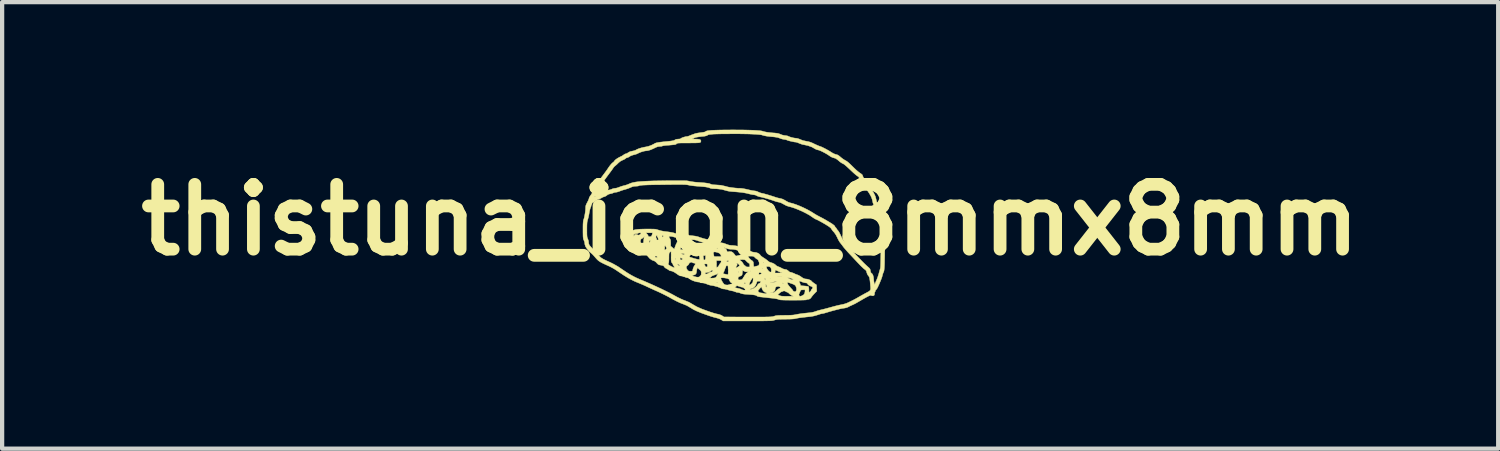
<source format=kicad_pcb>
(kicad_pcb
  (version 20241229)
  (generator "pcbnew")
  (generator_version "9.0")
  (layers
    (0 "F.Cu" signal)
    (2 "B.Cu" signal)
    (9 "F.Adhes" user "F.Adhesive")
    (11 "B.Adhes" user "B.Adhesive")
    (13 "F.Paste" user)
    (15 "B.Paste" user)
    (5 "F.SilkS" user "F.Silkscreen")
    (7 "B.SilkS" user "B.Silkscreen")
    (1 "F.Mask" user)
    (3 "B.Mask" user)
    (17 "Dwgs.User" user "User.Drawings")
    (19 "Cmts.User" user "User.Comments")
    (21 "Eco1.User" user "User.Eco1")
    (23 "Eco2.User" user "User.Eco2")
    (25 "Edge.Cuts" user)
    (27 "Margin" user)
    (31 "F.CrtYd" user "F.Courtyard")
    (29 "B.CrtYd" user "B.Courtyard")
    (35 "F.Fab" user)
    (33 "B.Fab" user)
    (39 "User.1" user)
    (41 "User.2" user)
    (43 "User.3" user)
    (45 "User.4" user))
  (footprint "thistuna_icon_8mmx8mm"
    (layer "F.Cu")
    (at 14.594 2.121)
    (property "Reference" "thistuna_icon_8mmx8mm" (at 0 0 0) (layer "F.SilkS") (effects (font (size 1.524 1.524) (thickness 0.3))))
    (attr through_hole)
    (fp_poly (pts (xy -0.271 -2.115) (xy -0.143 -2.114) (xy -0.029 -2.111) (xy 0.07 -2.108) (xy 0.154 -2.103) (xy 0.221 -2.098) (xy 0.269 -2.091) (xy 0.299 -2.084) (xy 0.3 -2.083) (xy 0.338 -2.072) (xy 0.394 -2.061) (xy 0.467 -2.052) (xy 0.552 -2.044) (xy 0.564 -2.044) (xy 0.62 -2.038) (xy 0.662 -2.031) (xy 0.694 -2.02) (xy 0.71 -2.013) (xy 0.754 -1.996) (xy 0.804 -1.985) (xy 0.817 -1.984) (xy 0.854 -1.979) (xy 0.886 -1.972) (xy 0.9 -1.965) (xy 0.928 -1.953) (xy 0.968 -1.94) (xy 1.013 -1.929) (xy 1.055 -1.922) (xy 1.081 -1.92) (xy 1.111 -1.915) (xy 1.149 -1.903) (xy 1.177 -1.891) (xy 1.24 -1.866) (xy 1.315 -1.85) (xy 1.321 -1.849) (xy 1.374 -1.839) (xy 1.421 -1.825) (xy 1.474 -1.803) (xy 1.504 -1.788) (xy 1.549 -1.767) (xy 1.594 -1.747) (xy 1.63 -1.733) (xy 1.646 -1.728) (xy 1.678 -1.716) (xy 1.722 -1.695) (xy 1.775 -1.668) (xy 1.831 -1.637) (xy 1.886 -1.604) (xy 1.925 -1.579) (xy 1.962 -1.559) (xy 2 -1.543) (xy 2.021 -1.538) (xy 2.05 -1.53) (xy 2.079 -1.514) (xy 2.115 -1.486) (xy 2.127 -1.475) (xy 2.164 -1.445) (xy 2.204 -1.417) (xy 2.238 -1.398) (xy 2.24 -1.396) (xy 2.271 -1.379) (xy 2.309 -1.349) (xy 2.356 -1.306) (xy 2.408 -1.255) (xy 2.452 -1.212) (xy 2.497 -1.17) (xy 2.538 -1.135) (xy 2.571 -1.109) (xy 2.583 -1.101) (xy 2.613 -1.081) (xy 2.634 -1.063) (xy 2.642 -1.052) (xy 2.648 -1.03) (xy 2.664 -0.995) (xy 2.691 -0.95) (xy 2.724 -0.897) (xy 2.763 -0.84) (xy 2.782 -0.814) (xy 2.834 -0.742) (xy 2.875 -0.683) (xy 2.905 -0.634) (xy 2.928 -0.59) (xy 2.945 -0.55) (xy 2.956 -0.509) (xy 2.962 -0.485) (xy 2.977 -0.423) (xy 2.998 -0.376) (xy 3.01 -0.356) (xy 3.03 -0.322) (xy 3.045 -0.285) (xy 3.049 -0.27) (xy 3.057 -0.238) (xy 3.071 -0.197) (xy 3.082 -0.168) (xy 3.099 -0.118) (xy 3.108 -0.071) (xy 3.109 -0.058) (xy 3.117 -0.004) (xy 3.14 0.058) (xy 3.17 0.126) (xy 3.166 0.619) (xy 3.165 0.744) (xy 3.164 0.85) (xy 3.162 0.938) (xy 3.161 1.012) (xy 3.159 1.071) (xy 3.156 1.119) (xy 3.153 1.156) (xy 3.15 1.184) (xy 3.146 1.205) (xy 3.141 1.221) (xy 3.135 1.233) (xy 3.134 1.234) (xy 3.125 1.256) (xy 3.115 1.288) (xy 3.11 1.308) (xy 3.101 1.342) (xy 3.086 1.385) (xy 3.064 1.44) (xy 3.035 1.509) (xy 3.001 1.583) (xy 2.985 1.613) (xy 2.97 1.635) (xy 2.962 1.642) (xy 2.949 1.656) (xy 2.946 1.667) (xy 2.941 1.686) (xy 2.936 1.692) (xy 2.929 1.705) (xy 2.926 1.73) (xy 2.926 1.731) (xy 2.923 1.758) (xy 2.914 1.776) (xy 2.914 1.776) (xy 2.891 1.787) (xy 2.865 1.786) (xy 2.848 1.777) (xy 2.84 1.774) (xy 2.827 1.776) (xy 2.806 1.783) (xy 2.776 1.797) (xy 2.735 1.818) (xy 2.683 1.847) (xy 2.616 1.886) (xy 2.534 1.933) (xy 2.517 1.943) (xy 2.475 1.967) (xy 2.431 1.989) (xy 2.395 2.005) (xy 2.358 2.022) (xy 2.321 2.04) (xy 2.306 2.049) (xy 2.272 2.063) (xy 2.227 2.074) (xy 2.205 2.077) (xy 2.164 2.083) (xy 2.107 2.095) (xy 2.039 2.112) (xy 1.961 2.132) (xy 1.878 2.155) (xy 1.795 2.18) (xy 1.755 2.192) (xy 1.72 2.201) (xy 1.697 2.205) (xy 1.694 2.205) (xy 1.674 2.208) (xy 1.642 2.217) (xy 1.602 2.23) (xy 1.585 2.236) (xy 1.507 2.259) (xy 1.425 2.274) (xy 1.407 2.276) (xy 1.319 2.285) (xy 1.248 2.293) (xy 1.192 2.3) (xy 1.148 2.306) (xy 1.112 2.312) (xy 1.081 2.319) (xy 1.072 2.321) (xy 1.035 2.328) (xy 0.986 2.332) (xy 0.921 2.335) (xy 0.839 2.336) (xy 0.822 2.336) (xy 0.752 2.337) (xy 0.699 2.338) (xy 0.658 2.34) (xy 0.627 2.344) (xy 0.601 2.349) (xy 0.577 2.356) (xy 0.574 2.357) (xy 0.561 2.361) (xy 0.547 2.365) (xy 0.53 2.368) (xy 0.51 2.371) (xy 0.483 2.373) (xy 0.449 2.374) (xy 0.406 2.375) (xy 0.352 2.376) (xy 0.285 2.377) (xy 0.203 2.377) (xy 0.105 2.377) (xy -0.01 2.377) (xy -0.061 2.377) (xy -0.636 2.377) (xy -0.682 2.348) (xy -0.717 2.33) (xy -0.762 2.314) (xy -0.799 2.304) (xy -0.847 2.292) (xy -0.902 2.276) (xy -0.967 2.255) (xy -1.043 2.228) (xy -1.135 2.195) (xy -1.168 2.182) (xy -1.259 2.145) (xy -1.336 2.107) (xy -1.396 2.07) (xy -1.488 2.016) (xy -1.585 1.976) (xy -1.586 1.976) (xy -1.648 1.952) (xy -1.723 1.917) (xy -1.807 1.873) (xy -1.851 1.849) (xy -1.919 1.811) (xy -1.998 1.77) (xy -2.081 1.729) (xy -2.159 1.692) (xy -2.195 1.676) (xy -2.256 1.649) (xy -2.317 1.621) (xy -2.372 1.596) (xy -2.417 1.575) (xy -2.444 1.562) (xy -2.481 1.545) (xy -2.53 1.523) (xy -2.586 1.5) (xy -2.643 1.476) (xy -2.652 1.473) (xy -2.724 1.442) (xy -2.798 1.405) (xy -2.876 1.362) (xy -2.963 1.309) (xy -3.059 1.245) (xy -3.136 1.193) (xy -3.186 1.16) (xy -3.243 1.127) (xy -3.297 1.099) (xy -3.32 1.088) (xy -3.396 1.054) (xy -3.456 1.026) (xy -3.503 1.002) (xy -3.54 0.98) (xy -3.571 0.958) (xy -3.598 0.933) (xy -3.624 0.905) (xy -3.642 0.884) (xy -3.676 0.845) (xy -3.711 0.808) (xy -3.742 0.78) (xy -3.755 0.769) (xy -3.78 0.75) (xy -3.796 0.735) (xy -3.8 0.73) (xy -3.806 0.718) (xy -3.822 0.697) (xy -3.834 0.683) (xy -3.87 0.63) (xy -3.889 0.574) (xy -3.891 0.547) (xy -3.896 0.519) (xy -3.908 0.486) (xy -3.912 0.478) (xy -3.919 0.462) (xy -3.924 0.445) (xy -3.927 0.423) (xy -3.93 0.393) (xy -3.931 0.352) (xy -3.932 0.296) (xy -3.932 0.234) (xy -3.932 0.232) (xy -3.84 0.232) (xy -3.84 0.297) (xy -3.839 0.346) (xy -3.837 0.381) (xy -3.834 0.407) (xy -3.829 0.426) (xy -3.822 0.443) (xy -3.82 0.447) (xy -3.807 0.481) (xy -3.8 0.515) (xy -3.8 0.522) (xy -3.798 0.551) (xy -3.791 0.576) (xy -3.777 0.601) (xy -3.753 0.63) (xy -3.717 0.668) (xy -3.699 0.686) (xy -3.659 0.727) (xy -3.617 0.771) (xy -3.581 0.811) (xy -3.565 0.831) (xy -3.544 0.855) (xy -3.525 0.875) (xy -3.504 0.893) (xy -3.477 0.911) (xy -3.443 0.93) (xy -3.398 0.952) (xy -3.34 0.979) (xy -3.291 1.001) (xy -3.233 1.029) (xy -3.168 1.065) (xy -3.104 1.102) (xy -3.063 1.13) (xy -2.977 1.188) (xy -2.905 1.236) (xy -2.842 1.275) (xy -2.785 1.308) (xy -2.731 1.337) (xy -2.676 1.364) (xy -2.617 1.39) (xy -2.587 1.403) (xy -2.459 1.457) (xy -2.333 1.512) (xy -2.21 1.568) (xy -2.093 1.622) (xy -1.987 1.674) (xy -1.893 1.721) (xy -1.814 1.763) (xy -1.798 1.772) (xy -1.711 1.82) (xy -1.63 1.859) (xy -1.561 1.889) (xy -1.54 1.896) (xy -1.436 1.939) (xy -1.346 1.992) (xy -1.256 2.044) (xy -1.152 2.09) (xy -1.122 2.102) (xy -1.021 2.139) (xy -0.932 2.17) (xy -0.856 2.194) (xy -0.795 2.211) (xy -0.751 2.22) (xy -0.75 2.22) (xy -0.711 2.231) (xy -0.671 2.248) (xy -0.658 2.256) (xy -0.615 2.284) (xy -0.055 2.285) (xy 0.066 2.285) (xy 0.169 2.285) (xy 0.255 2.285) (xy 0.326 2.285) (xy 0.383 2.284) (xy 0.429 2.283) (xy 0.465 2.282) (xy 0.493 2.28) (xy 0.515 2.277) (xy 0.533 2.275) (xy 0.547 2.271) (xy 0.561 2.267) (xy 0.564 2.266) (xy 0.588 2.258) (xy 0.614 2.253) (xy 0.644 2.249) (xy 0.683 2.247) (xy 0.734 2.246) (xy 0.802 2.245) (xy 0.812 2.245) (xy 0.896 2.244) (xy 0.963 2.242) (xy 1.016 2.238) (xy 1.056 2.232) (xy 1.067 2.229) (xy 1.107 2.221) (xy 1.154 2.213) (xy 1.212 2.205) (xy 1.284 2.196) (xy 1.372 2.187) (xy 1.397 2.185) (xy 1.452 2.177) (xy 1.502 2.166) (xy 1.539 2.154) (xy 1.573 2.142) (xy 1.619 2.128) (xy 1.668 2.116) (xy 1.681 2.113) (xy 1.727 2.102) (xy 1.785 2.087) (xy 1.848 2.07) (xy 1.908 2.053) (xy 1.91 2.053) (xy 1.97 2.036) (xy 2.033 2.02) (xy 2.091 2.006) (xy 2.137 1.997) (xy 2.139 1.996) (xy 2.185 1.987) (xy 2.229 1.975) (xy 2.263 1.964) (xy 2.271 1.961) (xy 2.302 1.947) (xy 2.342 1.928) (xy 2.377 1.911) (xy 2.415 1.892) (xy 2.463 1.867) (xy 2.514 1.839) (xy 2.54 1.824) (xy 2.59 1.795) (xy 2.644 1.765) (xy 2.692 1.738) (xy 2.713 1.727) (xy 2.762 1.701) (xy 2.797 1.681) (xy 2.818 1.663) (xy 2.829 1.645) (xy 2.833 1.623) (xy 2.832 1.593) (xy 2.831 1.574) (xy 2.825 1.498) (xy 2.819 1.44) (xy 2.813 1.397) (xy 2.807 1.366) (xy 2.8 1.344) (xy 2.792 1.329) (xy 2.782 1.318) (xy 2.762 1.29) (xy 2.746 1.251) (xy 2.743 1.241) (xy 2.733 1.205) (xy 2.717 1.182) (xy 2.694 1.164) (xy 2.673 1.148) (xy 2.643 1.12) (xy 2.606 1.085) (xy 2.567 1.045) (xy 2.558 1.035) (xy 2.514 0.989) (xy 2.462 0.933) (xy 2.408 0.875) (xy 2.356 0.82) (xy 2.339 0.802) (xy 2.297 0.757) (xy 2.258 0.713) (xy 2.224 0.674) (xy 2.199 0.644) (xy 2.189 0.631) (xy 2.163 0.595) (xy 2.134 0.558) (xy 2.123 0.545) (xy 2.102 0.516) (xy 2.078 0.475) (xy 2.055 0.43) (xy 2.049 0.415) (xy 2.015 0.35) (xy 1.981 0.301) (xy 1.97 0.288) (xy 1.944 0.26) (xy 1.923 0.232) (xy 1.915 0.218) (xy 1.897 0.193) (xy 1.861 0.163) (xy 1.832 0.144) (xy 1.783 0.113) (xy 1.729 0.081) (xy 1.676 0.051) (xy 1.626 0.024) (xy 1.584 0.002) (xy 1.555 -0.011) (xy 1.549 -0.013) (xy 1.526 -0.024) (xy 1.493 -0.044) (xy 1.46 -0.067) (xy 1.396 -0.11) (xy 1.317 -0.154) (xy 1.23 -0.198) (xy 1.138 -0.238) (xy 1.048 -0.274) (xy 0.964 -0.301) (xy 0.908 -0.315) (xy 0.851 -0.334) (xy 0.794 -0.365) (xy 0.792 -0.366) (xy 0.726 -0.401) (xy 0.673 -0.416) (xy 0.632 -0.425) (xy 0.594 -0.436) (xy 0.574 -0.443) (xy 0.537 -0.456) (xy 0.486 -0.473) (xy 0.427 -0.491) (xy 0.367 -0.508) (xy 0.309 -0.524) (xy 0.262 -0.535) (xy 0.244 -0.538) (xy 0.205 -0.548) (xy 0.17 -0.56) (xy 0.151 -0.57) (xy 0.121 -0.584) (xy 0.09 -0.589) (xy 0.065 -0.592) (xy 0.027 -0.599) (xy -0.017 -0.609) (xy -0.041 -0.615) (xy -0.085 -0.626) (xy -0.133 -0.635) (xy -0.188 -0.644) (xy -0.253 -0.651) (xy -0.331 -0.658) (xy -0.426 -0.665) (xy -0.437 -0.666) (xy -0.485 -0.671) (xy -0.532 -0.68) (xy -0.57 -0.69) (xy -0.574 -0.691) (xy -0.67 -0.718) (xy -0.781 -0.73) (xy -0.83 -0.732) (xy -0.886 -0.734) (xy -0.925 -0.74) (xy -0.948 -0.749) (xy -0.971 -0.758) (xy -1.002 -0.766) (xy -1.045 -0.774) (xy -1.101 -0.78) (xy -1.173 -0.786) (xy -1.25 -0.792) (xy -1.307 -0.797) (xy -1.362 -0.803) (xy -1.41 -0.81) (xy -1.444 -0.817) (xy -1.445 -0.817) (xy -1.461 -0.821) (xy -1.48 -0.824) (xy -1.504 -0.827) (xy -1.534 -0.829) (xy -1.573 -0.83) (xy -1.623 -0.831) (xy -1.686 -0.831) (xy -1.762 -0.831) (xy -1.856 -0.83) (xy -1.963 -0.829) (xy -2.1 -0.827) (xy -2.218 -0.826) (xy -2.318 -0.824) (xy -2.401 -0.822) (xy -2.469 -0.819) (xy -2.522 -0.817) (xy -2.562 -0.813) (xy -2.59 -0.81) (xy -2.608 -0.806) (xy -2.616 -0.802) (xy -2.63 -0.797) (xy -2.659 -0.793) (xy -2.687 -0.792) (xy -2.731 -0.789) (xy -2.773 -0.779) (xy -2.814 -0.761) (xy -2.86 -0.742) (xy -2.91 -0.725) (xy -2.944 -0.715) (xy -2.99 -0.702) (xy -3.039 -0.686) (xy -3.065 -0.675) (xy -3.102 -0.662) (xy -3.136 -0.652) (xy -3.155 -0.65) (xy -3.189 -0.645) (xy -3.217 -0.635) (xy -3.245 -0.624) (xy -3.281 -0.615) (xy -3.292 -0.614) (xy -3.341 -0.598) (xy -3.368 -0.579) (xy -3.396 -0.559) (xy -3.426 -0.546) (xy -3.43 -0.545) (xy -3.459 -0.536) (xy -3.492 -0.519) (xy -3.5 -0.514) (xy -3.529 -0.498) (xy -3.554 -0.488) (xy -3.561 -0.488) (xy -3.585 -0.48) (xy -3.602 -0.467) (xy -3.62 -0.452) (xy -3.632 -0.447) (xy -3.648 -0.44) (xy -3.663 -0.427) (xy -3.683 -0.411) (xy -3.7 -0.406) (xy -3.716 -0.398) (xy -3.719 -0.387) (xy -3.723 -0.367) (xy -3.729 -0.361) (xy -3.737 -0.346) (xy -3.739 -0.336) (xy -3.743 -0.315) (xy -3.754 -0.288) (xy -3.755 -0.286) (xy -3.764 -0.261) (xy -3.774 -0.223) (xy -3.783 -0.178) (xy -3.786 -0.16) (xy -3.795 -0.109) (xy -3.806 -0.057) (xy -3.818 -0.014) (xy -3.821 -0.005) (xy -3.828 0.022) (xy -3.834 0.05) (xy -3.837 0.084) (xy -3.839 0.128) (xy -3.84 0.185) (xy -3.84 0.232) (xy -3.932 0.232) (xy -3.932 0.159) (xy -3.931 0.102) (xy -3.928 0.059) (xy -3.925 0.028) (xy -3.921 0.006) (xy -3.916 -0.008) (xy -3.904 -0.044) (xy -3.893 -0.095) (xy -3.883 -0.152) (xy -3.875 -0.211) (xy -3.871 -0.263) (xy -3.871 -0.279) (xy -3.869 -0.313) (xy -3.863 -0.343) (xy -3.849 -0.376) (xy -3.83 -0.413) (xy -3.811 -0.449) (xy -3.797 -0.481) (xy -3.79 -0.502) (xy -3.79 -0.506) (xy -3.784 -0.523) (xy -3.778 -0.535) (xy -3.673 -0.535) (xy -3.644 -0.557) (xy -3.616 -0.572) (xy -3.588 -0.579) (xy -3.586 -0.579) (xy -3.561 -0.584) (xy -3.546 -0.594) (xy -3.53 -0.605) (xy -3.502 -0.619) (xy -3.489 -0.624) (xy -3.451 -0.641) (xy -3.415 -0.664) (xy -3.408 -0.67) (xy -3.374 -0.693) (xy -3.34 -0.701) (xy -3.335 -0.701) (xy -3.3 -0.706) (xy -3.264 -0.719) (xy -3.259 -0.721) (xy -3.224 -0.735) (xy -3.187 -0.742) (xy -3.181 -0.742) (xy -3.15 -0.746) (xy -3.111 -0.757) (xy -3.083 -0.768) (xy -3.04 -0.784) (xy -2.995 -0.798) (xy -2.97 -0.804) (xy -2.932 -0.814) (xy -2.886 -0.829) (xy -2.849 -0.845) (xy -2.816 -0.859) (xy -2.78 -0.871) (xy -2.738 -0.881) (xy -2.688 -0.89) (xy -2.631 -0.897) (xy -2.562 -0.903) (xy -2.482 -0.908) (xy -2.389 -0.912) (xy -2.28 -0.916) (xy -2.155 -0.918) (xy -2.012 -0.92) (xy -1.963 -0.921) (xy -1.851 -0.922) (xy -1.757 -0.922) (xy -1.679 -0.922) (xy -1.616 -0.922) (xy -1.566 -0.922) (xy -1.526 -0.92) (xy -1.495 -0.919) (xy -1.471 -0.916) (xy -1.452 -0.913) (xy -1.436 -0.909) (xy -1.435 -0.909) (xy -1.402 -0.902) (xy -1.355 -0.895) (xy -1.3 -0.888) (xy -1.243 -0.883) (xy -1.24 -0.883) (xy -1.151 -0.877) (xy -1.08 -0.871) (xy -1.025 -0.864) (xy -0.983 -0.858) (xy -0.952 -0.85) (xy -0.93 -0.841) (xy -0.928 -0.84) (xy -0.895 -0.829) (xy -0.849 -0.824) (xy -0.815 -0.823) (xy -0.69 -0.814) (xy -0.573 -0.788) (xy -0.559 -0.783) (xy -0.521 -0.773) (xy -0.469 -0.764) (xy -0.408 -0.755) (xy -0.343 -0.748) (xy -0.281 -0.743) (xy -0.226 -0.742) (xy -0.225 -0.742) (xy -0.193 -0.739) (xy -0.149 -0.732) (xy -0.097 -0.722) (xy -0.051 -0.711) (xy -0.0001 -0.699) (xy 0.047 -0.689) (xy 0.085 -0.683) (xy 0.108 -0.681) (xy 0.142 -0.675) (xy 0.179 -0.661) (xy 0.187 -0.657) (xy 0.224 -0.64) (xy 0.265 -0.628) (xy 0.274 -0.626) (xy 0.308 -0.619) (xy 0.356 -0.606) (xy 0.414 -0.59) (xy 0.478 -0.57) (xy 0.542 -0.55) (xy 0.589 -0.534) (xy 0.633 -0.52) (xy 0.679 -0.509) (xy 0.708 -0.503) (xy 0.758 -0.49) (xy 0.814 -0.462) (xy 0.83 -0.452) (xy 0.868 -0.43) (xy 0.904 -0.412) (xy 0.932 -0.402) (xy 0.935 -0.402) (xy 1.002 -0.385) (xy 1.082 -0.358) (xy 1.169 -0.324) (xy 1.258 -0.284) (xy 1.345 -0.241) (xy 1.426 -0.196) (xy 1.478 -0.164) (xy 1.522 -0.136) (xy 1.568 -0.109) (xy 1.609 -0.087) (xy 1.61 -0.086) (xy 1.688 -0.046) (xy 1.761 -0.006) (xy 1.827 0.033) (xy 1.885 0.068) (xy 1.933 0.098) (xy 1.967 0.124) (xy 1.987 0.142) (xy 1.991 0.15) (xy 1.998 0.166) (xy 2.012 0.18) (xy 2.027 0.197) (xy 2.032 0.208) (xy 2.039 0.22) (xy 2.055 0.241) (xy 2.062 0.248) (xy 2.08 0.272) (xy 2.101 0.308) (xy 2.122 0.35) (xy 2.129 0.366) (xy 2.149 0.409) (xy 2.172 0.45) (xy 2.192 0.481) (xy 2.198 0.488) (xy 2.224 0.519) (xy 2.252 0.555) (xy 2.261 0.569) (xy 2.28 0.594) (xy 2.312 0.632) (xy 2.353 0.679) (xy 2.402 0.732) (xy 2.456 0.791) (xy 2.513 0.851) (xy 2.571 0.911) (xy 2.627 0.968) (xy 2.679 1.021) (xy 2.725 1.065) (xy 2.763 1.1) (xy 2.786 1.12) (xy 2.81 1.143) (xy 2.823 1.168) (xy 2.828 1.197) (xy 2.835 1.231) (xy 2.847 1.25) (xy 2.858 1.257) (xy 2.875 1.275) (xy 2.89 1.307) (xy 2.901 1.35) (xy 2.906 1.398) (xy 2.906 1.409) (xy 2.909 1.444) (xy 2.917 1.481) (xy 2.918 1.485) (xy 2.929 1.525) (xy 2.942 1.491) (xy 2.953 1.462) (xy 2.969 1.426) (xy 2.977 1.407) (xy 2.991 1.373) (xy 3.007 1.327) (xy 3.022 1.279) (xy 3.025 1.27) (xy 3.037 1.225) (xy 3.049 1.182) (xy 3.059 1.149) (xy 3.06 1.143) (xy 3.064 1.121) (xy 3.067 1.078) (xy 3.069 1.016) (xy 3.071 0.934) (xy 3.073 0.832) (xy 3.075 0.711) (xy 3.076 0.629) (xy 3.079 0.157) (xy 3.048 0.082) (xy 3.029 0.028) (xy 3.019 -0.02) (xy 3.018 -0.039) (xy 3.009 -0.093) (xy 2.987 -0.151) (xy 2.971 -0.188) (xy 2.961 -0.221) (xy 2.957 -0.243) (xy 2.951 -0.267) (xy 2.936 -0.298) (xy 2.927 -0.31) (xy 2.905 -0.351) (xy 2.886 -0.407) (xy 2.88 -0.437) (xy 2.869 -0.482) (xy 2.854 -0.525) (xy 2.834 -0.568) (xy 2.806 -0.616) (xy 2.769 -0.672) (xy 2.721 -0.739) (xy 2.72 -0.74) (xy 2.674 -0.804) (xy 2.634 -0.863) (xy 2.602 -0.915) (xy 2.578 -0.957) (xy 2.566 -0.985) (xy 2.565 -0.988) (xy 2.552 -1.009) (xy 2.526 -1.029) (xy 2.522 -1.031) (xy 2.502 -1.045) (xy 2.472 -1.07) (xy 2.433 -1.104) (xy 2.39 -1.144) (xy 2.352 -1.18) (xy 2.308 -1.221) (xy 2.267 -1.259) (xy 2.233 -1.288) (xy 2.207 -1.308) (xy 2.195 -1.316) (xy 2.161 -1.332) (xy 2.116 -1.362) (xy 2.063 -1.407) (xy 2.057 -1.412) (xy 2.012 -1.444) (xy 1.971 -1.457) (xy 1.936 -1.467) (xy 1.897 -1.486) (xy 1.88 -1.497) (xy 1.832 -1.53) (xy 1.779 -1.562) (xy 1.725 -1.591) (xy 1.675 -1.616) (xy 1.633 -1.634) (xy 1.604 -1.643) (xy 1.602 -1.643) (xy 1.568 -1.651) (xy 1.539 -1.664) (xy 1.534 -1.666) (xy 1.452 -1.713) (xy 1.361 -1.746) (xy 1.298 -1.76) (xy 1.228 -1.774) (xy 1.167 -1.795) (xy 1.156 -1.8) (xy 1.12 -1.815) (xy 1.086 -1.826) (xy 1.066 -1.829) (xy 1.042 -1.831) (xy 1.007 -1.838) (xy 0.966 -1.847) (xy 0.924 -1.857) (xy 0.889 -1.867) (xy 0.865 -1.876) (xy 0.859 -1.879) (xy 0.843 -1.885) (xy 0.815 -1.89) (xy 0.795 -1.893) (xy 0.752 -1.901) (xy 0.707 -1.916) (xy 0.693 -1.922) (xy 0.647 -1.938) (xy 0.584 -1.948) (xy 0.549 -1.952) (xy 0.462 -1.96) (xy 0.388 -1.969) (xy 0.331 -1.98) (xy 0.292 -1.991) (xy 0.29 -1.992) (xy 0.261 -2) (xy 0.213 -2.006) (xy 0.147 -2.012) (xy 0.064 -2.016) (xy -0.035 -2.02) (xy -0.148 -2.022) (xy -0.275 -2.024) (xy -0.401 -2.024) (xy -0.528 -2.023) (xy -0.636 -2.023) (xy -0.727 -2.021) (xy -0.801 -2.019) (xy -0.862 -2.017) (xy -0.909 -2.013) (xy -0.945 -2.009) (xy -0.972 -2.005) (xy -0.99 -1.999) (xy -1.001 -1.992) (xy -1.001 -1.992) (xy -1.026 -1.979) (xy -1.066 -1.969) (xy -1.082 -1.967) (xy -1.156 -1.959) (xy -1.213 -1.952) (xy -1.256 -1.945) (xy -1.288 -1.937) (xy -1.313 -1.928) (xy -1.326 -1.922) (xy -1.367 -1.901) (xy -1.282 -1.9) (xy -1.228 -1.898) (xy -1.191 -1.892) (xy -1.169 -1.882) (xy -1.159 -1.865) (xy -1.158 -1.856) (xy -1.159 -1.842) (xy -1.163 -1.831) (xy -1.171 -1.823) (xy -1.187 -1.817) (xy -1.213 -1.813) (xy -1.25 -1.811) (xy -1.301 -1.809) (xy -1.368 -1.809) (xy -1.448 -1.808) (xy -1.529 -1.808) (xy -1.592 -1.808) (xy -1.639 -1.807) (xy -1.673 -1.806) (xy -1.697 -1.804) (xy -1.713 -1.8) (xy -1.723 -1.796) (xy -1.73 -1.791) (xy -1.732 -1.789) (xy -1.738 -1.782) (xy -1.746 -1.777) (xy -1.758 -1.773) (xy -1.777 -1.769) (xy -1.806 -1.766) (xy -1.847 -1.762) (xy -1.903 -1.757) (xy -1.971 -1.752) (xy -2.012 -1.748) (xy -2.044 -1.743) (xy -2.064 -1.738) (xy -2.067 -1.736) (xy -2.082 -1.731) (xy -2.11 -1.728) (xy -2.126 -1.727) (xy -2.172 -1.722) (xy -2.213 -1.707) (xy -2.281 -1.674) (xy -2.341 -1.648) (xy -2.392 -1.632) (xy -2.43 -1.625) (xy -2.432 -1.625) (xy -2.473 -1.621) (xy -2.524 -1.609) (xy -2.576 -1.592) (xy -2.621 -1.573) (xy -2.638 -1.564) (xy -2.665 -1.551) (xy -2.704 -1.538) (xy -2.737 -1.53) (xy -2.782 -1.517) (xy -2.821 -1.5) (xy -2.837 -1.489) (xy -2.864 -1.473) (xy -2.887 -1.464) (xy -2.892 -1.463) (xy -2.915 -1.456) (xy -2.931 -1.443) (xy -2.95 -1.429) (xy -2.981 -1.413) (xy -3.001 -1.405) (xy -3.055 -1.377) (xy -3.098 -1.341) (xy -3.127 -1.312) (xy -3.156 -1.286) (xy -3.173 -1.273) (xy -3.196 -1.253) (xy -3.213 -1.233) (xy -3.214 -1.231) (xy -3.227 -1.211) (xy -3.247 -1.182) (xy -3.276 -1.142) (xy -3.315 -1.09) (xy -3.364 -1.024) (xy -3.378 -1.005) (xy -3.429 -0.934) (xy -3.478 -0.863) (xy -3.522 -0.793) (xy -3.56 -0.729) (xy -3.588 -0.675) (xy -3.603 -0.64) (xy -3.62 -0.605) (xy -3.64 -0.572) (xy -3.647 -0.565) (xy -3.673 -0.535) (xy -3.778 -0.535) (xy -3.769 -0.551) (xy -3.749 -0.58) (xy -3.723 -0.62) (xy -3.695 -0.667) (xy -3.678 -0.701) (xy -3.595 -0.853) (xy -3.493 -1.006) (xy -3.47 -1.036) (xy -3.432 -1.087) (xy -3.392 -1.141) (xy -3.355 -1.193) (xy -3.331 -1.23) (xy -3.302 -1.27) (xy -3.273 -1.306) (xy -3.248 -1.333) (xy -3.237 -1.342) (xy -3.213 -1.361) (xy -3.197 -1.378) (xy -3.195 -1.383) (xy -3.182 -1.4) (xy -3.156 -1.423) (xy -3.121 -1.447) (xy -3.081 -1.47) (xy -3.053 -1.484) (xy -3.017 -1.501) (xy -2.985 -1.522) (xy -2.975 -1.529) (xy -2.95 -1.546) (xy -2.928 -1.554) (xy -2.925 -1.554) (xy -2.904 -1.56) (xy -2.878 -1.575) (xy -2.869 -1.582) (xy -2.823 -1.606) (xy -2.772 -1.617) (xy -2.733 -1.625) (xy -2.698 -1.637) (xy -2.681 -1.647) (xy -2.652 -1.662) (xy -2.608 -1.679) (xy -2.555 -1.695) (xy -2.5 -1.708) (xy -2.449 -1.717) (xy -2.449 -1.717) (xy -2.393 -1.73) (xy -2.331 -1.751) (xy -2.274 -1.779) (xy -2.249 -1.793) (xy -2.231 -1.803) (xy -2.204 -1.812) (xy -2.168 -1.819) (xy -2.119 -1.827) (xy -2.054 -1.834) (xy -2.007 -1.839) (xy -1.934 -1.846) (xy -1.879 -1.852) (xy -1.838 -1.858) (xy -1.809 -1.863) (xy -1.789 -1.87) (xy -1.775 -1.877) (xy -1.769 -1.881) (xy -1.739 -1.895) (xy -1.693 -1.9) (xy -1.691 -1.9) (xy -1.653 -1.903) (xy -1.632 -1.911) (xy -1.628 -1.915) (xy -1.614 -1.925) (xy -1.587 -1.937) (xy -1.552 -1.948) (xy -1.516 -1.957) (xy -1.486 -1.961) (xy -1.482 -1.961) (xy -1.463 -1.965) (xy -1.432 -1.976) (xy -1.394 -1.991) (xy -1.378 -1.998) (xy -1.283 -2.032) (xy -1.22 -2.044) (xy -1.16 -2.052) (xy -1.117 -2.058) (xy -1.087 -2.063) (xy -1.067 -2.067) (xy -1.055 -2.073) (xy -1.045 -2.079) (xy -1.043 -2.081) (xy -1.028 -2.089) (xy -1.001 -2.096) (xy -0.961 -2.101) (xy -0.907 -2.106) (xy -0.837 -2.109) (xy -0.751 -2.112) (xy -0.648 -2.114) (xy -0.526 -2.115) (xy -0.411 -2.116) (xy -0.271 -2.115)) (stroke (width 0.01) (type solid)) (fill yes) (layer "F.SilkS"))
    (fp_poly (pts (xy -2.329 0.216) (xy -2.276 0.217) (xy -2.237 0.219) (xy -2.215 0.222) (xy -2.215 0.222) (xy -2.184 0.231) (xy -2.146 0.243) (xy -2.123 0.25) (xy -2.084 0.26) (xy -2.035 0.269) (xy -1.991 0.275) (xy -1.911 0.285) (xy -1.844 0.296) (xy -1.793 0.308) (xy -1.773 0.315) (xy -1.748 0.322) (xy -1.71 0.329) (xy -1.668 0.335) (xy -1.661 0.336) (xy -1.608 0.342) (xy -1.551 0.349) (xy -1.504 0.356) (xy -1.454 0.363) (xy -1.397 0.37) (xy -1.343 0.375) (xy -1.341 0.376) (xy -1.291 0.382) (xy -1.243 0.392) (xy -1.205 0.404) (xy -1.204 0.405) (xy -1.172 0.416) (xy -1.127 0.43) (xy -1.077 0.445) (xy -1.046 0.452) (xy -0.991 0.467) (xy -0.933 0.482) (xy -0.88 0.498) (xy -0.86 0.504) (xy -0.809 0.517) (xy -0.752 0.529) (xy -0.702 0.535) (xy -0.626 0.548) (xy -0.564 0.571) (xy -0.497 0.594) (xy -0.452 0.6) (xy -0.407 0.602) (xy -0.358 0.608) (xy -0.31 0.616) (xy -0.268 0.626) (xy -0.237 0.635) (xy -0.226 0.641) (xy -0.207 0.651) (xy -0.175 0.662) (xy -0.142 0.669) (xy -0.099 0.681) (xy -0.056 0.697) (xy -0.032 0.709) (xy -0.001 0.728) (xy 0.025 0.744) (xy 0.034 0.749) (xy 0.058 0.757) (xy 0.091 0.762) (xy 0.102 0.762) (xy 0.145 0.769) (xy 0.187 0.785) (xy 0.222 0.809) (xy 0.24 0.831) (xy 0.254 0.848) (xy 0.281 0.869) (xy 0.314 0.891) (xy 0.315 0.892) (xy 0.353 0.916) (xy 0.389 0.942) (xy 0.413 0.963) (xy 0.441 0.985) (xy 0.471 1) (xy 0.48 1.002) (xy 0.52 1.014) (xy 0.559 1.032) (xy 0.59 1.053) (xy 0.601 1.065) (xy 0.619 1.08) (xy 0.647 1.095) (xy 0.665 1.102) (xy 0.697 1.114) (xy 0.722 1.126) (xy 0.73 1.131) (xy 0.754 1.145) (xy 0.789 1.158) (xy 0.824 1.166) (xy 0.842 1.168) (xy 0.863 1.175) (xy 0.889 1.193) (xy 0.896 1.199) (xy 0.917 1.218) (xy 0.934 1.229) (xy 0.938 1.23) (xy 0.957 1.233) (xy 0.985 1.242) (xy 1.016 1.253) (xy 1.042 1.264) (xy 1.051 1.27) (xy 1.067 1.277) (xy 1.094 1.287) (xy 1.104 1.29) (xy 1.138 1.303) (xy 1.175 1.324) (xy 1.194 1.337) (xy 1.237 1.367) (xy 1.273 1.384) (xy 1.309 1.391) (xy 1.327 1.392) (xy 1.355 1.396) (xy 1.388 1.407) (xy 1.419 1.421) (xy 1.439 1.435) (xy 1.444 1.443) (xy 1.454 1.453) (xy 1.476 1.471) (xy 1.504 1.492) (xy 1.56 1.53) (xy 1.563 1.604) (xy 1.566 1.678) (xy 1.512 1.733) (xy 1.485 1.762) (xy 1.463 1.788) (xy 1.45 1.805) (xy 1.449 1.806) (xy 1.421 1.845) (xy 1.387 1.866) (xy 1.365 1.869) (xy 1.341 1.872) (xy 1.326 1.879) (xy 1.326 1.88) (xy 1.314 1.883) (xy 1.282 1.885) (xy 1.233 1.887) (xy 1.166 1.888) (xy 1.082 1.889) (xy 1.013 1.889) (xy 0.923 1.889) (xy 0.851 1.888) (xy 0.795 1.887) (xy 0.752 1.885) (xy 0.72 1.883) (xy 0.697 1.88) (xy 0.681 1.876) (xy 0.671 1.872) (xy 0.642 1.862) (xy 0.603 1.854) (xy 0.559 1.847) (xy 0.559 1.847) (xy 0.512 1.842) (xy 0.455 1.836) (xy 0.399 1.83) (xy 0.386 1.828) (xy 0.336 1.823) (xy 0.286 1.817) (xy 0.245 1.813) (xy 0.234 1.812) (xy 0.195 1.805) (xy 0.165 1.794) (xy 0.157 1.788) (xy 0.143 1.779) (xy 0.12 1.771) (xy 0.087 1.765) (xy 0.063 1.762) (xy 0.648 1.762) (xy 0.687 1.78) (xy 0.708 1.787) (xy 0.733 1.793) (xy 0.768 1.796) (xy 0.816 1.797) (xy 0.874 1.798) (xy 1.021 1.798) (xy 0.979 1.778) (xy 0.958 1.766) (xy 1.147 1.766) (xy 1.155 1.786) (xy 1.168 1.798) (xy 1.171 1.798) (xy 1.185 1.796) (xy 1.21 1.789) (xy 1.218 1.786) (xy 1.258 1.764) (xy 1.282 1.729) (xy 1.29 1.683) (xy 1.29 1.682) (xy 1.29 1.646) (xy 1.241 1.646) (xy 1.211 1.647) (xy 1.194 1.653) (xy 1.183 1.669) (xy 1.174 1.689) (xy 1.161 1.719) (xy 1.151 1.742) (xy 1.149 1.747) (xy 1.147 1.766) (xy 0.958 1.766) (xy 0.948 1.76) (xy 0.922 1.738) (xy 0.916 1.732) (xy 0.899 1.715) (xy 0.886 1.707) (xy 0.885 1.707) (xy 0.87 1.702) (xy 0.846 1.691) (xy 0.836 1.685) (xy 0.809 1.672) (xy 0.79 1.671) (xy 0.78 1.675) (xy 0.758 1.685) (xy 0.747 1.687) (xy 0.731 1.693) (xy 0.707 1.71) (xy 0.69 1.724) (xy 0.648 1.762) (xy 0.063 1.762) (xy 0.04 1.76) (xy -0.022 1.755) (xy -0.081 1.751) (xy -0.146 1.746) (xy -0.193 1.737) (xy -0.226 1.726) (xy -0.226 1.726) (xy -0.258 1.713) (xy -0.29 1.707) (xy -0.295 1.707) (xy -0.325 1.702) (xy -0.348 1.692) (xy -0.372 1.682) (xy -0.405 1.674) (xy -0.415 1.672) (xy 0.183 1.672) (xy 0.192 1.691) (xy 0.215 1.708) (xy 0.244 1.717) (xy 0.253 1.718) (xy 0.284 1.721) (xy 0.309 1.727) (xy 0.31 1.727) (xy 0.339 1.735) (xy 0.365 1.736) (xy 0.383 1.73) (xy 0.386 1.722) (xy 0.381 1.715) (xy 0.472 1.715) (xy 0.506 1.716) (xy 0.539 1.712) (xy 0.567 1.703) (xy 0.592 1.686) (xy 0.619 1.662) (xy 0.623 1.658) (xy 0.65 1.635) (xy 0.678 1.617) (xy 0.682 1.615) (xy 0.702 1.605) (xy 0.711 1.596) (xy 0.711 1.596) (xy 0.702 1.58) (xy 0.68 1.568) (xy 0.656 1.565) (xy 0.618 1.572) (xy 0.595 1.593) (xy 0.587 1.626) (xy 0.587 1.63) (xy 0.582 1.662) (xy 0.559 1.686) (xy 0.519 1.704) (xy 0.505 1.707) (xy 0.472 1.715) (xy 0.381 1.715) (xy 0.377 1.71) (xy 0.362 1.707) (xy 0.338 1.698) (xy 0.312 1.675) (xy 0.29 1.645) (xy 0.277 1.612) (xy 0.274 1.594) (xy 0.271 1.579) (xy 0.266 1.576) (xy 0.254 1.586) (xy 0.235 1.605) (xy 0.214 1.629) (xy 0.195 1.652) (xy 0.184 1.668) (xy 0.183 1.672) (xy -0.415 1.672) (xy -0.422 1.671) (xy -0.462 1.663) (xy -0.508 1.651) (xy -0.527 1.644) (xy -0.565 1.634) (xy -0.6 1.627) (xy -0.616 1.626) (xy -0.646 1.623) (xy -0.668 1.616) (xy -0.668 1.616) (xy -0.708 1.597) (xy -0.718 1.593) (xy -0.364 1.593) (xy -0.337 1.599) (xy -0.284 1.61) (xy -0.246 1.62) (xy -0.218 1.629) (xy -0.198 1.639) (xy -0.17 1.65) (xy -0.143 1.655) (xy -0.121 1.654) (xy -0.112 1.646) (xy -0.112 1.645) (xy -0.118 1.633) (xy -0.009 1.633) (xy 0 1.635) (xy 0.027 1.632) (xy 0.059 1.624) (xy 0.064 1.622) (xy 0.096 1.606) (xy 0.13 1.581) (xy 0.159 1.553) (xy 0.163 1.547) (xy 0.366 1.547) (xy 0.369 1.573) (xy 0.376 1.585) (xy 0.385 1.58) (xy 0.389 1.572) (xy 0.388 1.554) (xy 0.38 1.534) (xy 0.371 1.519) (xy 0.367 1.519) (xy 0.366 1.537) (xy 0.366 1.547) (xy 0.163 1.547) (xy 0.177 1.527) (xy 0.178 1.522) (xy 0.192 1.506) (xy 0.209 1.497) (xy 0.233 1.484) (xy 0.243 1.471) (xy 0.474 1.471) (xy 0.479 1.476) (xy 0.499 1.477) (xy 0.527 1.475) (xy 0.541 1.473) (xy 0.753 1.473) (xy 0.755 1.479) (xy 0.761 1.486) (xy 0.776 1.502) (xy 0.782 1.502) (xy 0.782 1.5) (xy 0.775 1.491) (xy 0.765 1.482) (xy 0.753 1.473) (xy 0.541 1.473) (xy 0.557 1.471) (xy 0.585 1.466) (xy 0.588 1.465) (xy 0.872 1.465) (xy 0.878 1.496) (xy 0.889 1.521) (xy 0.913 1.555) (xy 0.945 1.591) (xy 0.972 1.621) (xy 0.994 1.645) (xy 1.005 1.661) (xy 1.006 1.664) (xy 1.014 1.675) (xy 1.034 1.685) (xy 1.054 1.691) (xy 1.063 1.69) (xy 1.075 1.678) (xy 1.085 1.662) (xy 1.091 1.633) (xy 1.086 1.597) (xy 1.074 1.563) (xy 1.063 1.545) (xy 1.043 1.529) (xy 1.012 1.513) (xy 0.965 1.496) (xy 0.936 1.486) (xy 0.872 1.465) (xy 0.588 1.465) (xy 0.604 1.46) (xy 0.605 1.46) (xy 0.609 1.457) (xy 1.158 1.457) (xy 1.162 1.479) (xy 1.168 1.489) (xy 1.176 1.506) (xy 1.18 1.524) (xy 1.183 1.536) (xy 1.19 1.544) (xy 1.206 1.549) (xy 1.234 1.552) (xy 1.27 1.554) (xy 1.311 1.558) (xy 1.345 1.562) (xy 1.366 1.566) (xy 1.369 1.568) (xy 1.377 1.583) (xy 1.381 1.616) (xy 1.382 1.641) (xy 1.382 1.675) (xy 1.384 1.698) (xy 1.387 1.707) (xy 1.397 1.701) (xy 1.412 1.689) (xy 1.428 1.672) (xy 1.433 1.659) (xy 1.44 1.643) (xy 1.453 1.628) (xy 1.47 1.606) (xy 1.47 1.585) (xy 1.454 1.571) (xy 1.45 1.57) (xy 1.402 1.551) (xy 1.367 1.529) (xy 1.351 1.508) (xy 1.339 1.49) (xy 1.316 1.483) (xy 1.308 1.483) (xy 1.281 1.479) (xy 1.244 1.469) (xy 1.217 1.459) (xy 1.158 1.435) (xy 1.158 1.457) (xy 0.609 1.457) (xy 0.618 1.451) (xy 0.615 1.447) (xy 0.606 1.445) (xy 0.585 1.447) (xy 0.576 1.452) (xy 0.559 1.459) (xy 0.532 1.463) (xy 0.522 1.463) (xy 0.494 1.465) (xy 0.476 1.469) (xy 0.474 1.471) (xy 0.243 1.471) (xy 0.25 1.463) (xy 0.254 1.448) (xy 0.245 1.445) (xy 0.222 1.443) (xy 0.21 1.443) (xy 0.165 1.443) (xy 0.144 1.502) (xy 0.123 1.548) (xy 0.099 1.58) (xy 0.066 1.602) (xy 0.027 1.617) (xy -0.001 1.627) (xy -0.009 1.633) (xy -0.118 1.633) (xy -0.12 1.631) (xy -0.138 1.612) (xy -0.161 1.595) (xy -0.181 1.586) (xy -0.184 1.585) (xy -0.202 1.582) (xy -0.232 1.574) (xy -0.255 1.566) (xy -0.311 1.547) (xy -0.338 1.57) (xy -0.364 1.593) (xy -0.718 1.593) (xy -0.76 1.577) (xy -0.817 1.561) (xy -0.869 1.548) (xy -0.895 1.545) (xy -0.943 1.536) (xy -0.994 1.521) (xy -1.02 1.51) (xy -1.066 1.493) (xy -1.109 1.484) (xy -1.123 1.483) (xy -1.152 1.481) (xy -1.17 1.476) (xy -1.173 1.473) (xy -1.185 1.467) (xy -0.789 1.467) (xy -0.782 1.473) (xy -0.766 1.482) (xy -0.764 1.479) (xy -0.767 1.473) (xy -0.782 1.464) (xy -0.785 1.463) (xy -0.789 1.467) (xy -1.185 1.467) (xy -1.187 1.466) (xy -1.212 1.463) (xy -1.217 1.463) (xy -1.256 1.458) (xy -1.303 1.445) (xy -1.351 1.428) (xy -1.393 1.408) (xy -1.421 1.389) (xy -1.426 1.385) (xy -1.104 1.385) (xy -1.103 1.391) (xy -1.097 1.392) (xy -1.089 1.388) (xy -1.091 1.385) (xy -1.103 1.384) (xy -1.104 1.385) (xy -1.426 1.385) (xy -1.445 1.373) (xy -0.691 1.373) (xy -0.685 1.394) (xy -0.671 1.425) (xy -0.653 1.459) (xy -0.632 1.49) (xy -0.615 1.512) (xy -0.612 1.514) (xy -0.574 1.531) (xy -0.527 1.532) (xy -0.493 1.524) (xy -0.488 1.523) (xy -0.021 1.523) (xy -0.014 1.534) (xy -0.012 1.534) (xy 0.001 1.528) (xy 0.022 1.513) (xy 0.031 1.505) (xy 0.05 1.486) (xy 0.061 1.467) (xy 0.066 1.441) (xy 0.069 1.411) (xy 0.071 1.378) (xy 0.07 1.37) (xy 0.343 1.37) (xy 0.343 1.391) (xy 0.343 1.392) (xy 0.348 1.413) (xy 0.352 1.422) (xy 0.352 1.422) (xy 0.354 1.414) (xy 0.356 1.392) (xy 0.356 1.392) (xy 0.353 1.371) (xy 0.351 1.368) (xy 0.457 1.368) (xy 0.471 1.369) (xy 0.478 1.369) (xy 0.496 1.368) (xy 0.498 1.366) (xy 0.896 1.366) (xy 0.906 1.375) (xy 0.926 1.386) (xy 0.951 1.397) (xy 0.976 1.407) (xy 0.996 1.412) (xy 1 1.412) (xy 1.014 1.41) (xy 1.009 1.402) (xy 1.005 1.398) (xy 0.981 1.383) (xy 0.947 1.37) (xy 0.912 1.363) (xy 0.9 1.362) (xy 0.896 1.366) (xy 0.498 1.366) (xy 0.498 1.366) (xy 0.495 1.365) (xy 0.47 1.363) (xy 0.46 1.365) (xy 0.457 1.368) (xy 0.351 1.368) (xy 0.347 1.361) (xy 0.347 1.361) (xy 0.343 1.37) (xy 0.07 1.37) (xy 0.069 1.36) (xy 0.062 1.359) (xy 0.049 1.374) (xy 0.028 1.407) (xy 0.016 1.427) (xy -0.005 1.466) (xy -0.017 1.499) (xy -0.021 1.523) (xy -0.488 1.523) (xy -0.46 1.515) (xy -0.432 1.508) (xy -0.401 1.502) (xy -0.433 1.487) (xy -0.147 1.487) (xy -0.141 1.494) (xy -0.141 1.495) (xy -0.121 1.503) (xy -0.112 1.495) (xy -0.112 1.489) (xy -0.119 1.479) (xy -0.133 1.481) (xy -0.147 1.487) (xy -0.433 1.487) (xy -0.436 1.485) (xy -0.465 1.464) (xy -0.483 1.432) (xy -0.485 1.427) (xy -0.494 1.404) (xy -0.505 1.39) (xy -0.524 1.381) (xy -0.538 1.378) (xy -0.284 1.378) (xy -0.283 1.399) (xy -0.276 1.409) (xy -0.258 1.412) (xy -0.24 1.412) (xy -0.207 1.409) (xy -0.187 1.398) (xy -0.179 1.389) (xy -0.164 1.367) (xy -0.157 1.356) (xy 0.864 1.356) (xy 0.869 1.361) (xy 0.874 1.356) (xy 0.869 1.351) (xy 0.864 1.356) (xy -0.157 1.356) (xy -0.151 1.346) (xy -0.051 1.346) (xy -0.046 1.351) (xy -0.041 1.346) (xy -0.042 1.345) (xy 0.607 1.345) (xy 0.611 1.346) (xy 0.632 1.347) (xy 0.669 1.347) (xy 0.696 1.347) (xy 0.74 1.347) (xy 0.769 1.346) (xy 0.782 1.346) (xy 0.776 1.344) (xy 0.764 1.344) (xy 0.714 1.342) (xy 0.659 1.343) (xy 0.622 1.344) (xy 0.607 1.345) (xy -0.042 1.345) (xy -0.046 1.341) (xy -0.051 1.346) (xy -0.151 1.346) (xy -0.145 1.336) (xy -0.134 1.316) (xy -0.112 1.282) (xy -0.096 1.265) (xy 0.203 1.265) (xy 0.206 1.284) (xy 0.216 1.287) (xy 0.221 1.285) (xy 0.247 1.276) (xy 0.257 1.273) (xy 0.271 1.264) (xy 0.268 1.253) (xy 0.262 1.25) (xy 0.583 1.25) (xy 0.757 1.249) (xy 0.716 1.233) (xy 0.679 1.217) (xy 0.641 1.2) (xy 0.637 1.198) (xy 0.612 1.186) (xy 0.597 1.179) (xy 0.595 1.179) (xy 0.591 1.187) (xy 0.588 1.209) (xy 0.587 1.214) (xy 0.583 1.25) (xy 0.262 1.25) (xy 0.251 1.244) (xy 0.235 1.241) (xy 0.213 1.241) (xy 0.204 1.25) (xy 0.203 1.265) (xy -0.096 1.265) (xy -0.086 1.253) (xy -0.072 1.242) (xy -0.038 1.219) (xy -0.079 1.219) (xy -0.113 1.215) (xy -0.145 1.206) (xy -0.149 1.204) (xy -0.149 1.204) (xy 0.01 1.204) (xy 0.015 1.209) (xy 0.02 1.204) (xy 0.015 1.199) (xy 0.01 1.204) (xy -0.149 1.204) (xy -0.178 1.189) (xy -0.183 1.246) (xy -0.187 1.28) (xy -0.195 1.301) (xy -0.211 1.314) (xy -0.241 1.327) (xy -0.251 1.331) (xy -0.274 1.343) (xy -0.283 1.36) (xy -0.284 1.378) (xy -0.538 1.378) (xy -0.557 1.374) (xy -0.607 1.365) (xy -0.648 1.362) (xy -0.677 1.364) (xy -0.69 1.371) (xy -0.691 1.373) (xy -1.445 1.373) (xy -1.455 1.366) (xy -0.956 1.366) (xy -0.948 1.369) (xy -0.923 1.371) (xy -0.907 1.371) (xy -0.869 1.369) (xy -0.836 1.365) (xy -0.819 1.36) (xy -0.796 1.341) (xy -0.782 1.314) (xy -0.772 1.292) (xy -0.762 1.28) (xy -0.761 1.28) (xy -0.752 1.272) (xy -0.752 1.269) (xy -0.756 1.264) (xy -0.638 1.264) (xy -0.628 1.267) (xy -0.604 1.273) (xy -0.574 1.279) (xy -0.546 1.285) (xy -0.525 1.289) (xy -0.523 1.289) (xy -0.519 1.28) (xy -0.516 1.252) (xy -0.516 1.223) (xy -0.284 1.223) (xy -0.282 1.237) (xy -0.278 1.237) (xy -0.276 1.223) (xy -0.278 1.217) (xy -0.282 1.213) (xy -0.284 1.223) (xy -0.516 1.223) (xy -0.516 1.208) (xy -0.516 1.184) (xy -0.518 1.141) (xy 0.278 1.141) (xy 0.279 1.147) (xy 0.284 1.148) (xy 0.293 1.144) (xy 0.291 1.141) (xy 0.279 1.14) (xy 0.278 1.141) (xy -0.518 1.141) (xy -0.518 1.136) (xy -0.519 1.118) (xy -0.336 1.118) (xy -0.331 1.128) (xy -0.33 1.128) (xy -0.318 1.123) (xy -0.301 1.114) (xy 0.382 1.114) (xy 0.383 1.12) (xy 0.395 1.149) (xy 0.415 1.18) (xy 0.439 1.207) (xy 0.462 1.225) (xy 0.475 1.229) (xy 0.489 1.227) (xy 0.496 1.216) (xy 0.498 1.191) (xy 0.498 1.186) (xy 0.493 1.142) (xy 0.476 1.113) (xy 0.447 1.099) (xy 0.422 1.097) (xy 0.395 1.098) (xy 0.383 1.103) (xy 0.382 1.114) (xy -0.301 1.114) (xy -0.296 1.111) (xy -0.285 1.105) (xy -0.261 1.09) (xy -0.252 1.077) (xy -0.255 1.063) (xy -0.256 1.062) (xy -0.271 1.043) (xy -0.295 1.024) (xy -0.298 1.023) (xy -0.315 1.014) (xy -0.32 1.015) (xy -0.318 1.017) (xy -0.306 1.041) (xy -0.308 1.069) (xy -0.32 1.087) (xy -0.331 1.102) (xy -0.336 1.118) (xy -0.519 1.118) (xy -0.52 1.105) (xy -0.523 1.088) (xy -0.529 1.079) (xy -0.538 1.077) (xy -0.544 1.077) (xy -0.564 1.082) (xy -0.569 1.095) (xy -0.574 1.116) (xy -0.578 1.123) (xy -0.586 1.138) (xy -0.597 1.165) (xy -0.599 1.173) (xy -0.611 1.206) (xy -0.624 1.234) (xy -0.627 1.238) (xy -0.637 1.256) (xy -0.638 1.264) (xy -0.756 1.264) (xy -0.757 1.263) (xy -0.765 1.267) (xy -0.78 1.275) (xy -0.809 1.287) (xy -0.845 1.3) (xy -0.845 1.3) (xy -0.88 1.313) (xy -0.906 1.326) (xy -0.918 1.337) (xy -0.918 1.337) (xy -0.932 1.352) (xy -0.947 1.361) (xy -0.956 1.366) (xy -1.455 1.366) (xy -1.456 1.366) (xy -1.481 1.361) (xy -1.505 1.358) (xy -1.519 1.351) (xy -1.519 1.351) (xy -1.533 1.343) (xy -1.549 1.341) (xy -1.571 1.337) (xy -1.58 1.331) (xy -1.594 1.324) (xy -1.615 1.321) (xy -1.64 1.318) (xy -1.663 1.309) (xy -1.366 1.309) (xy -1.353 1.319) (xy -1.323 1.33) (xy -1.305 1.335) (xy -1.259 1.346) (xy -1.227 1.349) (xy -1.202 1.343) (xy -1.181 1.328) (xy -1.177 1.324) (xy -1.158 1.302) (xy -1.15 1.277) (xy -1.149 1.26) (xy -1.057 1.26) (xy -1.054 1.273) (xy -1.041 1.276) (xy -1.024 1.273) (xy -0.994 1.263) (xy -0.972 1.248) (xy -0.951 1.234) (xy -0.935 1.229) (xy -0.903 1.224) (xy -0.886 1.208) (xy -0.884 1.198) (xy -0.889 1.181) (xy -0.902 1.182) (xy -0.914 1.194) (xy -0.942 1.216) (xy -0.981 1.232) (xy -1.02 1.239) (xy -1.023 1.24) (xy -1.047 1.242) (xy -1.056 1.252) (xy -1.057 1.26) (xy -1.149 1.26) (xy -1.149 1.25) (xy -1.151 1.222) (xy -1.159 1.201) (xy -1.177 1.18) (xy -1.195 1.165) (xy -1.239 1.125) (xy -1.249 1.153) (xy -1.257 1.182) (xy -1.26 1.216) (xy -1.26 1.217) (xy -1.268 1.257) (xy -1.291 1.286) (xy -1.327 1.3) (xy -1.34 1.3) (xy -1.362 1.303) (xy -1.366 1.309) (xy -1.663 1.309) (xy -1.666 1.308) (xy -1.699 1.289) (xy -1.737 1.261) (xy -1.789 1.228) (xy -1.837 1.206) (xy -1.875 1.199) (xy -1.899 1.192) (xy -1.91 1.183) (xy -1.927 1.17) (xy -1.955 1.154) (xy -1.968 1.147) (xy -1.998 1.129) (xy -2.018 1.109) (xy -2.022 1.103) (xy -2.028 1.091) (xy -2.039 1.082) (xy -2.059 1.075) (xy -2.091 1.067) (xy -2.132 1.06) (xy -2.167 1.045) (xy -2.176 1.035) (xy -1.93 1.035) (xy -1.922 1.053) (xy -1.893 1.074) (xy -1.862 1.092) (xy -1.819 1.113) (xy -1.792 1.124) (xy -1.779 1.124) (xy -1.779 1.123) (xy -1.503 1.123) (xy -1.49 1.157) (xy -1.478 1.175) (xy -1.46 1.196) (xy -1.441 1.206) (xy -1.414 1.209) (xy -1.402 1.209) (xy -1.371 1.208) (xy -1.356 1.203) (xy -1.351 1.193) (xy -1.351 1.191) (xy -1.347 1.161) (xy -1.335 1.125) (xy -1.319 1.09) (xy -1.303 1.065) (xy -1.3 1.061) (xy -1.288 1.042) (xy -1.289 1.04) (xy -1.083 1.04) (xy -1.078 1.049) (xy -1.073 1.055) (xy -1.06 1.076) (xy -1.057 1.09) (xy -1.048 1.104) (xy -1.031 1.107) (xy -1.014 1.105) (xy -1.007 1.093) (xy -1.006 1.072) (xy -1.007 1.049) (xy -1.014 1.039) (xy -1.033 1.036) (xy -1.048 1.036) (xy -1.074 1.037) (xy -1.083 1.04) (xy -1.289 1.04) (xy -1.294 1.026) (xy -1.316 1.017) (xy -1.327 1.016) (xy -1.348 1.012) (xy -1.356 1.006) (xy -1.373 0.995) (xy -1.397 0.997) (xy -1.421 1.009) (xy -1.439 1.028) (xy -1.444 1.042) (xy -1.456 1.06) (xy -1.476 1.075) (xy -1.498 1.095) (xy -1.503 1.123) (xy -1.779 1.123) (xy -1.78 1.114) (xy -1.791 1.094) (xy -1.794 1.091) (xy -1.809 1.065) (xy -1.818 1.046) (xy -1.819 1.042) (xy -1.819 1.041) (xy -1.711 1.041) (xy -1.701 1.056) (xy -1.691 1.067) (xy -1.671 1.084) (xy -1.658 1.087) (xy -1.658 1.076) (xy -1.672 1.056) (xy -1.691 1.041) (xy -1.705 1.036) (xy -1.711 1.041) (xy -1.819 1.041) (xy -1.826 1.026) (xy -1.839 1.011) (xy -1.848 1.001) (xy -1.853 0.988) (xy -1.857 0.968) (xy -1.858 0.955) (xy -0.792 0.955) (xy -0.792 1.036) (xy -0.792 1.074) (xy -0.791 1.102) (xy -0.789 1.117) (xy -0.788 1.118) (xy -0.776 1.114) (xy -0.767 1.111) (xy -0.753 1.099) (xy -0.736 1.075) (xy -0.73 1.063) (xy -0.714 1.036) (xy -0.699 1.017) (xy -0.695 1.013) (xy -0.684 0.997) (xy -0.681 0.982) (xy -0.553 0.982) (xy -0.539 0.984) (xy -0.533 0.984) (xy -0.513 0.978) (xy -0.505 0.97) (xy -0.51 0.96) (xy -0.526 0.957) (xy -0.543 0.961) (xy -0.552 0.97) (xy -0.553 0.982) (xy -0.681 0.982) (xy -0.681 0.98) (xy -0.682 0.966) (xy -0.69 0.958) (xy -0.709 0.955) (xy -0.737 0.955) (xy -0.792 0.955) (xy -1.858 0.955) (xy -1.859 0.936) (xy -1.859 0.919) (xy -1.766 0.919) (xy -1.761 0.937) (xy -1.754 0.945) (xy -1.753 0.936) (xy -1.756 0.917) (xy -1.757 0.914) (xy -1.646 0.914) (xy -1.643 0.937) (xy -1.631 0.945) (xy -1.627 0.945) (xy -1.604 0.938) (xy -1.596 0.93) (xy -1.591 0.919) (xy -1.6 0.908) (xy -1.615 0.9) (xy -1.646 0.883) (xy -1.646 0.914) (xy -1.757 0.914) (xy -1.761 0.901) (xy -1.765 0.902) (xy -1.765 0.902) (xy -1.766 0.919) (xy -1.859 0.919) (xy -1.859 0.889) (xy -1.859 0.872) (xy -1.432 0.872) (xy -1.348 0.898) (xy -1.306 0.911) (xy -1.267 0.921) (xy -1.239 0.927) (xy -1.234 0.928) (xy -1.21 0.931) (xy -1.196 0.933) (xy -1.191 0.925) (xy -1.189 0.904) (xy -1.189 0.902) (xy -1.192 0.87) (xy -1.199 0.847) (xy -1.207 0.837) (xy -1.213 0.841) (xy -1.229 0.851) (xy -1.258 0.854) (xy -1.292 0.852) (xy -1.324 0.845) (xy -1.348 0.833) (xy -1.349 0.833) (xy -1.376 0.816) (xy -1.396 0.817) (xy -1.413 0.835) (xy -1.417 0.842) (xy -1.432 0.872) (xy -1.859 0.872) (xy -1.859 0.867) (xy -1.859 0.793) (xy -1.631 0.793) (xy -1.6 0.807) (xy -1.571 0.818) (xy -1.554 0.816) (xy -1.547 0.805) (xy -1.553 0.796) (xy -1.578 0.793) (xy -1.587 0.793) (xy -1.631 0.793) (xy -1.859 0.793) (xy -1.859 0.752) (xy -1.126 0.752) (xy -1.116 0.79) (xy -1.109 0.822) (xy -1.103 0.863) (xy -1.1 0.887) (xy -1.096 0.92) (xy -1.091 0.937) (xy -1.083 0.943) (xy -1.073 0.943) (xy -1.073 0.943) (xy -0.244 0.943) (xy -0.236 0.953) (xy -0.217 0.967) (xy -0.215 0.968) (xy -0.192 0.988) (xy -0.172 1.017) (xy -0.168 1.025) (xy -0.151 1.052) (xy -0.131 1.072) (xy -0.126 1.076) (xy -0.108 1.087) (xy -0.102 1.097) (xy -0.093 1.103) (xy -0.07 1.107) (xy -0.056 1.107) (xy -0.01 1.107) (xy -0.01 1.067) (xy -0.013 1.039) (xy -0.023 1.025) (xy -0.03 1.021) (xy -0.047 1.01) (xy -0.071 0.99) (xy -0.086 0.975) (xy -0.107 0.952) (xy -0.126 0.94) (xy -0.148 0.936) (xy -0.183 0.935) (xy -0.215 0.936) (xy -0.237 0.939) (xy -0.244 0.943) (xy -1.073 0.943) (xy -1.063 0.94) (xy -1.056 0.932) (xy -1.052 0.915) (xy -1.05 0.885) (xy -1.049 0.846) (xy -1.046 0.773) (xy -0.866 0.773) (xy -0.862 0.796) (xy -0.856 0.826) (xy -0.851 0.851) (xy -0.849 0.859) (xy -0.839 0.862) (xy -0.814 0.864) (xy -0.782 0.865) (xy -0.746 0.865) (xy -0.714 0.864) (xy -0.69 0.862) (xy -0.681 0.859) (xy -0.682 0.853) (xy -0.053 0.853) (xy -0.034 0.886) (xy -0.014 0.911) (xy 0.014 0.938) (xy 0.031 0.95) (xy 0.056 0.968) (xy 0.069 0.984) (xy 0.076 1.004) (xy 0.079 1.035) (xy 0.079 1.046) (xy 0.082 1.08) (xy 0.085 1.098) (xy 0.092 1.104) (xy 0.1 1.102) (xy 0.121 1.095) (xy 0.151 1.088) (xy 0.156 1.087) (xy 0.184 1.079) (xy 0.202 1.068) (xy 0.204 1.065) (xy 0.211 1.045) (xy 0.213 1.017) (xy 0.211 1.005) (xy 0.305 1.005) (xy 0.312 1.016) (xy 0.315 1.016) (xy 0.325 1.013) (xy 0.325 1.012) (xy 0.318 1.003) (xy 0.315 1.001) (xy 0.306 1.002) (xy 0.305 1.005) (xy 0.211 1.005) (xy 0.21 0.993) (xy 0.203 0.98) (xy 0.195 0.966) (xy 0.193 0.955) (xy 0.184 0.937) (xy 0.171 0.929) (xy 0.151 0.918) (xy 0.125 0.898) (xy 0.115 0.888) (xy 0.095 0.869) (xy 0.076 0.859) (xy 0.053 0.854) (xy 0.016 0.853) (xy -0.053 0.853) (xy -0.682 0.853) (xy -0.687 0.835) (xy -0.701 0.809) (xy -0.719 0.789) (xy -0.724 0.785) (xy -0.768 0.767) (xy -0.808 0.757) (xy -0.84 0.754) (xy -0.861 0.76) (xy -0.866 0.773) (xy -1.046 0.773) (xy -1.046 0.752) (xy -1.126 0.752) (xy -1.859 0.752) (xy -1.859 0.741) (xy -1.884 0.759) (xy -1.895 0.768) (xy -1.902 0.778) (xy -1.907 0.794) (xy -1.909 0.82) (xy -1.91 0.859) (xy -1.91 0.896) (xy -1.911 0.945) (xy -1.913 0.985) (xy -1.917 1.012) (xy -1.92 1.021) (xy -1.93 1.035) (xy -2.176 1.035) (xy -2.197 1.015) (xy -2.219 0.99) (xy -2.232 0.98) (xy -2.062 0.98) (xy -2.057 0.986) (xy -2.052 0.98) (xy -2.057 0.975) (xy -2.062 0.98) (xy -2.232 0.98) (xy -2.241 0.973) (xy -2.249 0.969) (xy -2.311 0.945) (xy -2.359 0.912) (xy -2.397 0.869) (xy -2.405 0.86) (xy -2.239 0.86) (xy -2.237 0.872) (xy -2.222 0.882) (xy -2.209 0.884) (xy -2.19 0.881) (xy -2.184 0.876) (xy -2.193 0.859) (xy -2.212 0.85) (xy -2.225 0.851) (xy -2.239 0.86) (xy -2.405 0.86) (xy -2.423 0.837) (xy -2.448 0.81) (xy -2.464 0.796) (xy -2.485 0.78) (xy -2.514 0.755) (xy -2.546 0.726) (xy -2.548 0.724) (xy -2.576 0.701) (xy -2.307 0.701) (xy -2.306 0.719) (xy -2.303 0.726) (xy -2.291 0.752) (xy -2.288 0.725) (xy -2.287 0.704) (xy -2.29 0.694) (xy -2.301 0.69) (xy -2.307 0.701) (xy -2.576 0.701) (xy -2.578 0.698) (xy -2.605 0.68) (xy -2.623 0.671) (xy -2.625 0.671) (xy -2.643 0.665) (xy -2.659 0.655) (xy -2.012 0.655) (xy -2.011 0.686) (xy -2.008 0.706) (xy -2.006 0.711) (xy -1.995 0.705) (xy -1.983 0.694) (xy -1.643 0.694) (xy -1.633 0.7) (xy -1.608 0.701) (xy -1.604 0.701) (xy -1.56 0.694) (xy -1.529 0.681) (xy -1.499 0.667) (xy -1.47 0.66) (xy -1.469 0.66) (xy -1.439 0.66) (xy -1.463 0.635) (xy -1.479 0.621) (xy -1.492 0.616) (xy -0.988 0.616) (xy -0.987 0.627) (xy -0.978 0.647) (xy -0.965 0.669) (xy -0.953 0.686) (xy -0.946 0.691) (xy -0.934 0.686) (xy -0.914 0.676) (xy -0.884 0.666) (xy -0.845 0.661) (xy -0.805 0.663) (xy -0.773 0.67) (xy -0.77 0.672) (xy -0.756 0.677) (xy -0.756 0.672) (xy -0.773 0.657) (xy -0.786 0.651) (xy -0.617 0.651) (xy -0.617 0.653) (xy -0.616 0.653) (xy -0.579 0.68) (xy -0.557 0.703) (xy -0.547 0.725) (xy -0.547 0.729) (xy -0.54 0.75) (xy -0.528 0.753) (xy -0.48 0.744) (xy -0.442 0.748) (xy -0.41 0.766) (xy -0.408 0.767) (xy -0.383 0.793) (xy -0.363 0.82) (xy -0.36 0.824) (xy -0.347 0.844) (xy -0.33 0.849) (xy -0.312 0.847) (xy -0.28 0.84) (xy -0.254 0.833) (xy -0.23 0.825) (xy -0.196 0.815) (xy -0.171 0.808) (xy -0.139 0.798) (xy -0.115 0.788) (xy -0.107 0.783) (xy -0.111 0.774) (xy -0.131 0.766) (xy -0.16 0.758) (xy -0.192 0.753) (xy -0.213 0.752) (xy -0.248 0.745) (xy -0.27 0.731) (xy -0.296 0.716) (xy -0.337 0.704) (xy -0.389 0.695) (xy -0.447 0.691) (xy -0.462 0.691) (xy -0.505 0.686) (xy -0.553 0.674) (xy -0.574 0.666) (xy -0.602 0.655) (xy -0.617 0.651) (xy -0.786 0.651) (xy -0.805 0.641) (xy -0.844 0.626) (xy -0.885 0.615) (xy -0.922 0.61) (xy -0.929 0.61) (xy -0.96 0.611) (xy -0.982 0.613) (xy -0.988 0.616) (xy -1.492 0.616) (xy -1.497 0.613) (xy -1.524 0.61) (xy -1.555 0.61) (xy -1.591 0.61) (xy -1.612 0.613) (xy -1.623 0.619) (xy -1.627 0.632) (xy -1.629 0.638) (xy -1.635 0.665) (xy -1.641 0.683) (xy -1.643 0.694) (xy -1.983 0.694) (xy -1.981 0.693) (xy -1.968 0.678) (xy -1.967 0.665) (xy -1.976 0.643) (xy -1.977 0.642) (xy -1.993 0.614) (xy -2.003 0.606) (xy -2.009 0.617) (xy -2.012 0.648) (xy -2.012 0.655) (xy -2.659 0.655) (xy -2.669 0.649) (xy -2.686 0.636) (xy -2.716 0.614) (xy -2.746 0.594) (xy -2.758 0.588) (xy -2.779 0.573) (xy -2.794 0.549) (xy -2.802 0.523) (xy -2.803 0.522) (xy -2.583 0.522) (xy -2.575 0.541) (xy -2.558 0.565) (xy -2.548 0.576) (xy -2.515 0.611) (xy -2.509 0.531) (xy -2.377 0.531) (xy -2.377 0.574) (xy -2.362 0.533) (xy -2.353 0.508) (xy -2.348 0.492) (xy -2.347 0.49) (xy -2.355 0.488) (xy -2.362 0.488) (xy -2.372 0.494) (xy -2.377 0.515) (xy -2.377 0.531) (xy -2.509 0.531) (xy -2.508 0.526) (xy -2.505 0.484) (xy -2.5 0.446) (xy -2.495 0.42) (xy -2.494 0.417) (xy -2.494 0.415) (xy -2.216 0.415) (xy -2.209 0.428) (xy -2.202 0.443) (xy -2.197 0.471) (xy -2.195 0.514) (xy -2.194 0.56) (xy -2.194 0.608) (xy -2.193 0.64) (xy -2.191 0.654) (xy -2.186 0.651) (xy -2.176 0.629) (xy -2.16 0.589) (xy -2.145 0.549) (xy -2.134 0.518) (xy -2.129 0.501) (xy -2.132 0.49) (xy -2.142 0.482) (xy -2.144 0.48) (xy -2.16 0.46) (xy -2.164 0.442) (xy -2.168 0.421) (xy -2.174 0.411) (xy -2.183 0.397) (xy -2.184 0.389) (xy -2.072 0.389) (xy -2.066 0.4) (xy -2.051 0.406) (xy -2.047 0.4) (xy -1.91 0.4) (xy -1.904 0.417) (xy -1.89 0.439) (xy -1.89 0.44) (xy -1.879 0.459) (xy -1.872 0.483) (xy -1.87 0.52) (xy -1.869 0.542) (xy -1.869 0.618) (xy -1.827 0.653) (xy -1.785 0.689) (xy -1.762 0.624) (xy -1.747 0.584) (xy -1.729 0.546) (xy -1.717 0.524) (xy -1.699 0.495) (xy -1.682 0.476) (xy -1.679 0.474) (xy -1.383 0.474) (xy -1.377 0.48) (xy -1.357 0.494) (xy -1.332 0.516) (xy -1.321 0.526) (xy -1.281 0.562) (xy -1.246 0.584) (xy -1.209 0.596) (xy -1.164 0.599) (xy -1.156 0.599) (xy -1.117 0.598) (xy -1.096 0.595) (xy -1.088 0.588) (xy -1.087 0.585) (xy -1.08 0.566) (xy -1.072 0.555) (xy -1.067 0.547) (xy -1.071 0.541) (xy -1.089 0.534) (xy -1.123 0.524) (xy -1.131 0.523) (xy -1.174 0.511) (xy -1.217 0.497) (xy -1.248 0.486) (xy -1.274 0.478) (xy -1.304 0.471) (xy -1.335 0.468) (xy -1.361 0.467) (xy -1.378 0.469) (xy -1.383 0.474) (xy -1.679 0.474) (xy -1.663 0.465) (xy -1.636 0.459) (xy -1.597 0.456) (xy -1.561 0.456) (xy -1.517 0.455) (xy -1.49 0.454) (xy -1.482 0.453) (xy -1.489 0.45) (xy -1.51 0.447) (xy -1.514 0.446) (xy -1.553 0.441) (xy -1.601 0.436) (xy -1.65 0.431) (xy -1.651 0.431) (xy -1.699 0.425) (xy -1.747 0.416) (xy -1.786 0.405) (xy -1.787 0.405) (xy -1.832 0.392) (xy -1.869 0.387) (xy -1.897 0.388) (xy -1.91 0.397) (xy -1.91 0.4) (xy -2.047 0.4) (xy -2.043 0.395) (xy -2.042 0.386) (xy -2.049 0.37) (xy -2.057 0.366) (xy -2.07 0.373) (xy -2.072 0.389) (xy -2.184 0.389) (xy -2.184 0.385) (xy -2.189 0.369) (xy -2.2 0.368) (xy -2.212 0.384) (xy -2.214 0.389) (xy -2.216 0.415) (xy -2.494 0.415) (xy -2.486 0.391) (xy -2.516 0.419) (xy -2.538 0.437) (xy -2.555 0.446) (xy -2.558 0.447) (xy -2.569 0.456) (xy -2.578 0.478) (xy -2.583 0.506) (xy -2.583 0.522) (xy -2.803 0.522) (xy -2.812 0.49) (xy -2.822 0.464) (xy -2.826 0.455) (xy -2.83 0.435) (xy -2.833 0.403) (xy -2.834 0.375) (xy -2.742 0.375) (xy -2.741 0.411) (xy -2.732 0.379) (xy -2.719 0.354) (xy -2.702 0.34) (xy -2.677 0.341) (xy -2.658 0.349) (xy -2.626 0.36) (xy -2.597 0.351) (xy -2.576 0.329) (xy -2.566 0.313) (xy -2.57 0.306) (xy -2.589 0.305) (xy -2.595 0.305) (xy -2.452 0.305) (xy -2.425 0.333) (xy -2.407 0.356) (xy -2.398 0.376) (xy -2.398 0.379) (xy -2.389 0.391) (xy -2.37 0.397) (xy -2.346 0.395) (xy -2.326 0.387) (xy -2.318 0.378) (xy -2.309 0.355) (xy -2.302 0.333) (xy -2.296 0.305) (xy -2.452 0.305) (xy -2.595 0.305) (xy -2.62 0.307) (xy -2.636 0.314) (xy -2.637 0.315) (xy -2.65 0.323) (xy -2.67 0.325) (xy -2.709 0.328) (xy -2.731 0.337) (xy -2.741 0.355) (xy -2.742 0.375) (xy -2.834 0.375) (xy -2.834 0.364) (xy -2.833 0.326) (xy -2.831 0.295) (xy -2.826 0.277) (xy -2.813 0.268) (xy -2.786 0.256) (xy -2.75 0.244) (xy -2.743 0.242) (xy -2.713 0.234) (xy -2.683 0.228) (xy -2.649 0.224) (xy -2.607 0.22) (xy -2.554 0.218) (xy -2.485 0.216) (xy -2.459 0.216) (xy -2.39 0.215) (xy -2.329 0.216)) (stroke (width 0.01) (type solid)) (fill yes) (layer "F.SilkS")))
  (gr_rect
    (start -3 -3)
    (end 32.188 7.503)
    (stroke (width 0.1) (type default))
    (fill no)
    (layer "Edge.Cuts")))
</source>
